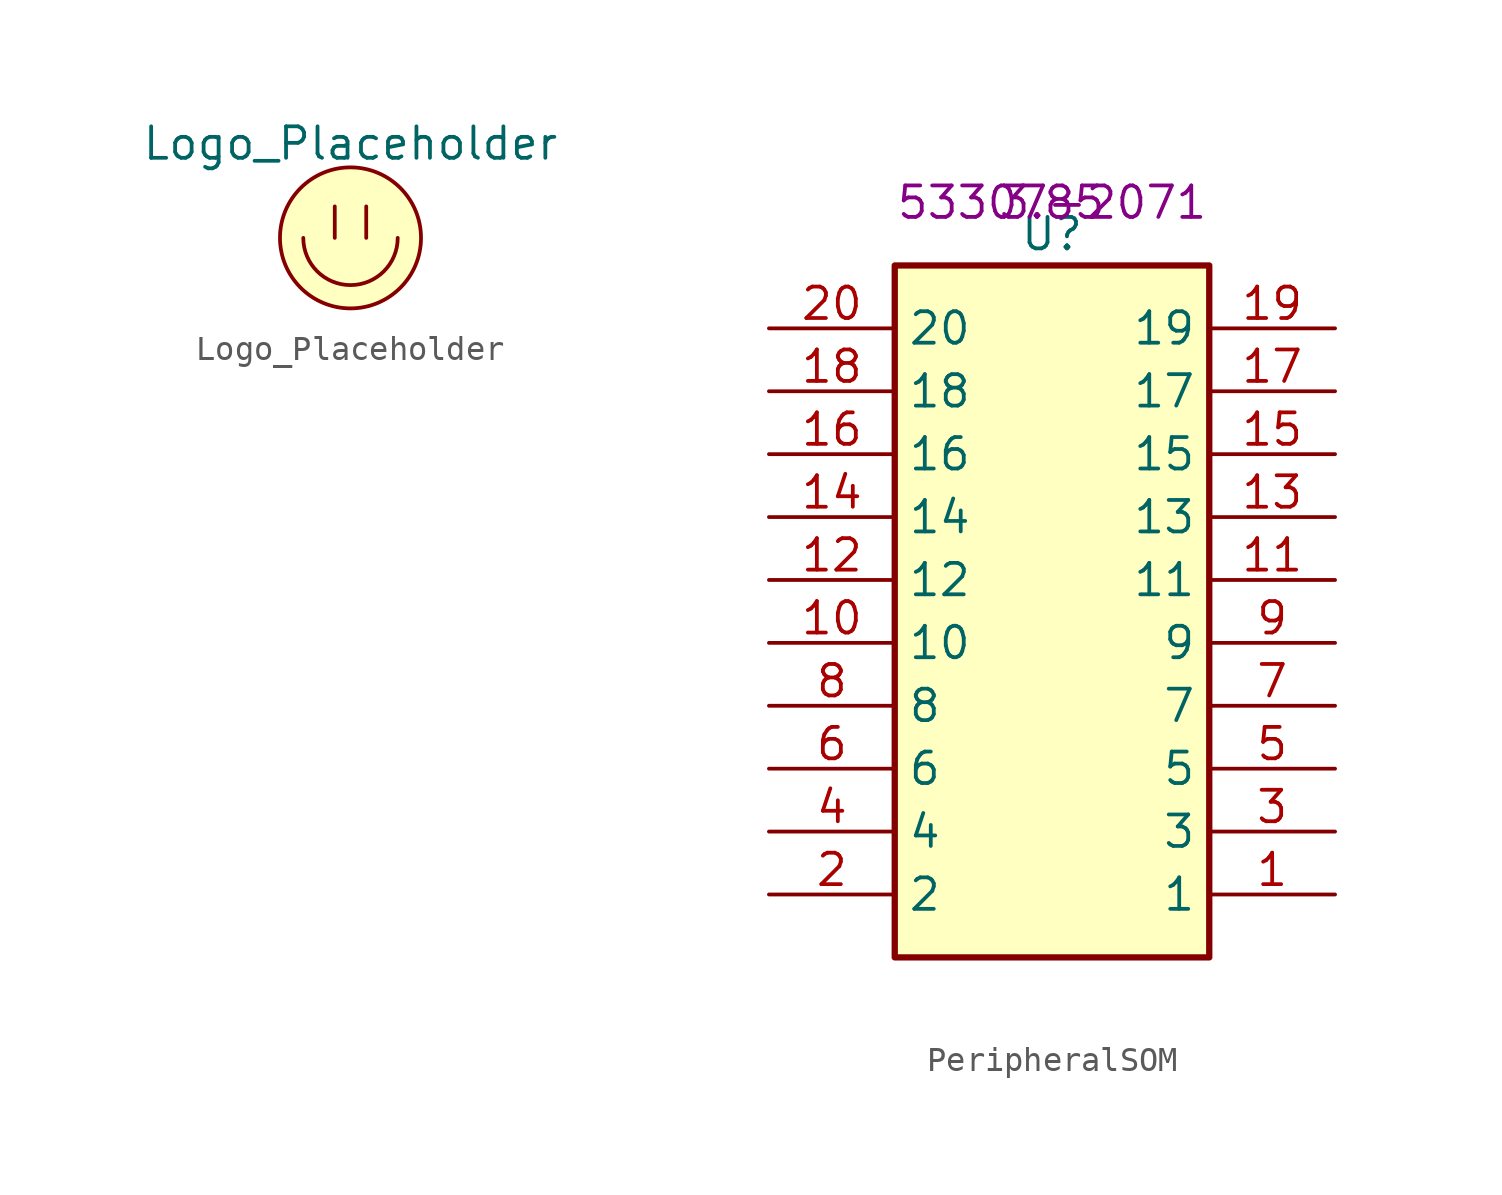
<source format=kicad_sym>
(kicad_symbol_lib
  (version 20231120)
  (generator "kicad_symbol_editor")
  (generator_version "8.0")
  (symbol "Logo_Placeholder"
    (pin_names
      (offset 1.016))
    (property "Reference" "LOGO"
      (at 0 3.81 0)
      (effects (font (size 1.27 1.27)) (hide yes)))
    (property "Value" "Logo_Placeholder"
      (at 0 3.81 0)
      (effects (font (size 1.27 1.27))))
    (symbol "Logo_Placeholder_0_1"
      (arc (start -1.905 0) (mid 0 -1.8967) (end 1.905 0) (stroke (width 0) (type solid)) (fill (type none)))
      (polyline (pts (xy -0.635 1.27) (xy -0.635 0)) (stroke (width 0) (type solid)) (fill (type none)))
      (polyline (pts (xy 0.635 1.27) (xy 0.635 0)) (stroke (width 0) (type solid)) (fill (type none)))
      (circle (center 0 0) (radius 2.845) (stroke (width 0) (type solid)) (fill (type background)))))
  (symbol "PeripheralSOM"
    (property "Reference" "U"
      (at 0 -1.27 0)
      (effects (font (size 1.27 1.27))))
    (property "Value" ""
      (at 0 0 0)
      (effects (font (size 1.27 1.27))))
    (property "P/N" "53307-2071"
      (at 0 0 0)
      (effects (font (size 1.27 1.27))))
    (property "Height" "3.85"
      (at 0 0 0)
      (effects (font (size 1.27 1.27))))
    (symbol "PeripheralSOM_1_1"
      (rectangle (start -6.35 -2.54) (end 6.35 -30.48) (stroke (width 0.254) (type default)) (fill (type background)))
      (pin passive line (at 11.43 -27.94 180) (length 5.08) (name "1" (effects (font (size 1.27 1.27)))) (number "1" (effects (font (size 1.27 1.27)))))
      (pin passive line (at -11.43 -17.78 0) (length 5.08) (name "10" (effects (font (size 1.27 1.27)))) (number "10" (effects (font (size 1.27 1.27)))))
      (pin passive line (at 11.43 -15.24 180) (length 5.08) (name "11" (effects (font (size 1.27 1.27)))) (number "11" (effects (font (size 1.27 1.27)))))
      (pin passive line (at -11.43 -15.24 0) (length 5.08) (name "12" (effects (font (size 1.27 1.27)))) (number "12" (effects (font (size 1.27 1.27)))))
      (pin passive line (at 11.43 -12.7 180) (length 5.08) (name "13" (effects (font (size 1.27 1.27)))) (number "13" (effects (font (size 1.27 1.27)))))
      (pin passive line (at -11.43 -12.7 0) (length 5.08) (name "14" (effects (font (size 1.27 1.27)))) (number "14" (effects (font (size 1.27 1.27)))))
      (pin passive line (at 11.43 -10.16 180) (length 5.08) (name "15" (effects (font (size 1.27 1.27)))) (number "15" (effects (font (size 1.27 1.27)))))
      (pin passive line (at -11.43 -10.16 0) (length 5.08) (name "16" (effects (font (size 1.27 1.27)))) (number "16" (effects (font (size 1.27 1.27)))))
      (pin passive line (at 11.43 -7.62 180) (length 5.08) (name "17" (effects (font (size 1.27 1.27)))) (number "17" (effects (font (size 1.27 1.27)))))
      (pin passive line (at -11.43 -7.62 0) (length 5.08) (name "18" (effects (font (size 1.27 1.27)))) (number "18" (effects (font (size 1.27 1.27)))))
      (pin passive line (at 11.43 -5.08 180) (length 5.08) (name "19" (effects (font (size 1.27 1.27)))) (number "19" (effects (font (size 1.27 1.27)))))
      (pin passive line (at -11.43 -27.94 0) (length 5.08) (name "2" (effects (font (size 1.27 1.27)))) (number "2" (effects (font (size 1.27 1.27)))))
      (pin passive line (at -11.43 -5.08 0) (length 5.08) (name "20" (effects (font (size 1.27 1.27)))) (number "20" (effects (font (size 1.27 1.27)))))
      (pin passive line (at 11.43 -25.4 180) (length 5.08) (name "3" (effects (font (size 1.27 1.27)))) (number "3" (effects (font (size 1.27 1.27)))))
      (pin passive line (at -11.43 -25.4 0) (length 5.08) (name "4" (effects (font (size 1.27 1.27)))) (number "4" (effects (font (size 1.27 1.27)))))
      (pin passive line (at 11.43 -22.86 180) (length 5.08) (name "5" (effects (font (size 1.27 1.27)))) (number "5" (effects (font (size 1.27 1.27)))))
      (pin passive line (at -11.43 -22.86 0) (length 5.08) (name "6" (effects (font (size 1.27 1.27)))) (number "6" (effects (font (size 1.27 1.27)))))
      (pin passive line (at 11.43 -20.32 180) (length 5.08) (name "7" (effects (font (size 1.27 1.27)))) (number "7" (effects (font (size 1.27 1.27)))))
      (pin passive line (at -11.43 -20.32 0) (length 5.08) (name "8" (effects (font (size 1.27 1.27)))) (number "8" (effects (font (size 1.27 1.27)))))
      (pin passive line (at 11.43 -17.78 180) (length 5.08) (name "9" (effects (font (size 1.27 1.27)))) (number "9" (effects (font (size 1.27 1.27))))))))
</source>
